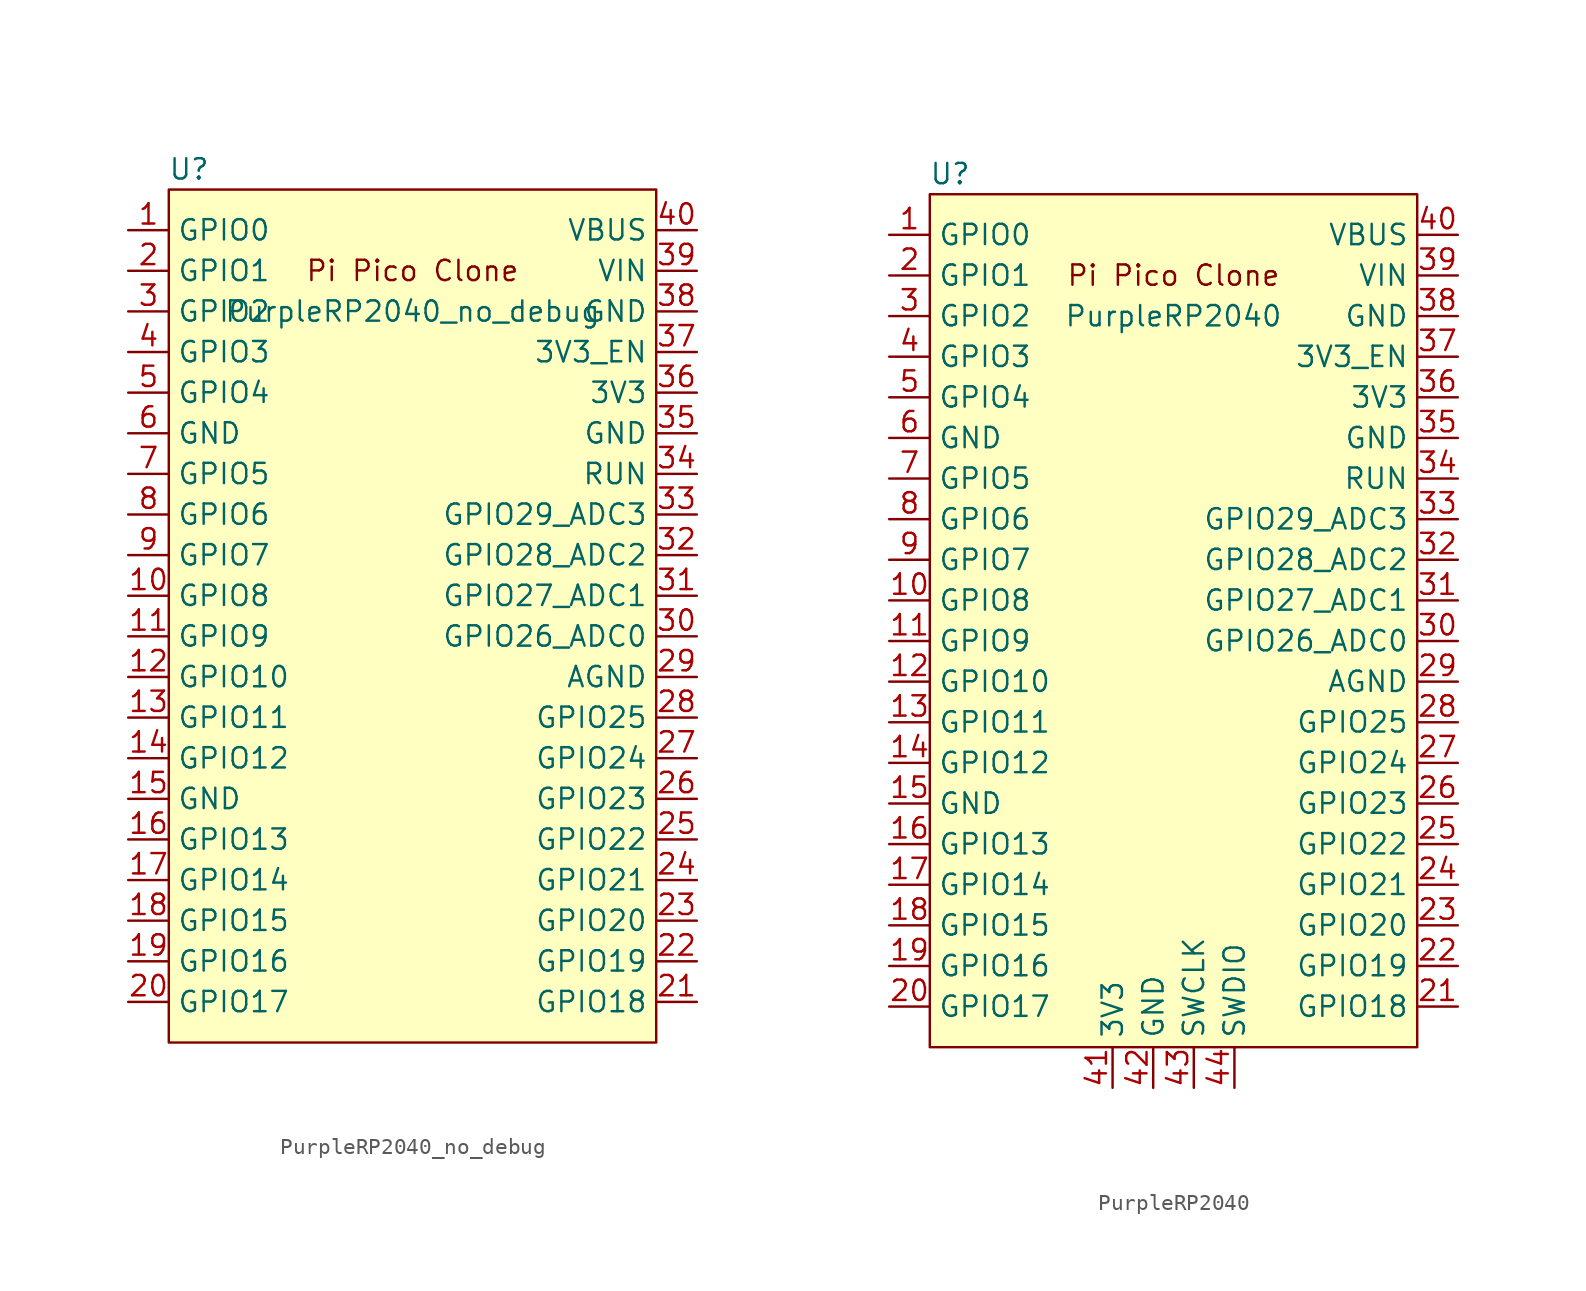
<source format=kicad_sym>
(kicad_symbol_lib
  (version 20220914)
  (generator kicad_symbol_editor)
  (symbol "PurpleRP2040_no_debug"
    (property "Reference" "U"
      (at -13.97 27.94 0)
      (effects (font (size 1.27 1.27))))
    (property "Value" "PurpleRP2040_no_debug"
      (at 0 19.05 0)
      (effects (font (size 1.27 1.27))))
    (symbol "PurpleRP2040_no_debug_0_1"
      (rectangle (start -15.24 26.67) (end 15.24 -26.67) (stroke (width 0) (type default)) (fill (type background))))
    (symbol "PurpleRP2040_no_debug_1_0"
      (text "Pi Pico Clone" (at 0 21.59 0) (effects (font (size 1.27 1.27)))))
    (symbol "PurpleRP2040_no_debug_1_1"
      (pin bidirectional line (at -17.78 24.13 0) (length 2.54) (name "GPIO0" (effects (font (size 1.27 1.27)))) (number "1" (effects (font (size 1.27 1.27)))))
      (pin bidirectional line (at -17.78 1.27 0) (length 2.54) (name "GPIO8" (effects (font (size 1.27 1.27)))) (number "10" (effects (font (size 1.27 1.27)))))
      (pin bidirectional line (at -17.78 -1.27 0) (length 2.54) (name "GPIO9" (effects (font (size 1.27 1.27)))) (number "11" (effects (font (size 1.27 1.27)))))
      (pin bidirectional line (at -17.78 -3.81 0) (length 2.54) (name "GPIO10" (effects (font (size 1.27 1.27)))) (number "12" (effects (font (size 1.27 1.27)))))
      (pin bidirectional line (at -17.78 -6.35 0) (length 2.54) (name "GPIO11" (effects (font (size 1.27 1.27)))) (number "13" (effects (font (size 1.27 1.27)))))
      (pin bidirectional line (at -17.78 -8.89 0) (length 2.54) (name "GPIO12" (effects (font (size 1.27 1.27)))) (number "14" (effects (font (size 1.27 1.27)))))
      (pin power_in line (at -17.78 -11.43 0) (length 2.54) (name "GND" (effects (font (size 1.27 1.27)))) (number "15" (effects (font (size 1.27 1.27)))))
      (pin bidirectional line (at -17.78 -13.97 0) (length 2.54) (name "GPIO13" (effects (font (size 1.27 1.27)))) (number "16" (effects (font (size 1.27 1.27)))))
      (pin bidirectional line (at -17.78 -16.51 0) (length 2.54) (name "GPIO14" (effects (font (size 1.27 1.27)))) (number "17" (effects (font (size 1.27 1.27)))))
      (pin bidirectional line (at -17.78 -19.05 0) (length 2.54) (name "GPIO15" (effects (font (size 1.27 1.27)))) (number "18" (effects (font (size 1.27 1.27)))))
      (pin bidirectional line (at -17.78 -21.59 0) (length 2.54) (name "GPIO16" (effects (font (size 1.27 1.27)))) (number "19" (effects (font (size 1.27 1.27)))))
      (pin bidirectional line (at -17.78 21.59 0) (length 2.54) (name "GPIO1" (effects (font (size 1.27 1.27)))) (number "2" (effects (font (size 1.27 1.27)))))
      (pin bidirectional line (at -17.78 -24.13 0) (length 2.54) (name "GPIO17" (effects (font (size 1.27 1.27)))) (number "20" (effects (font (size 1.27 1.27)))))
      (pin bidirectional line (at 17.78 -24.13 180) (length 2.54) (name "GPIO18" (effects (font (size 1.27 1.27)))) (number "21" (effects (font (size 1.27 1.27)))))
      (pin bidirectional line (at 17.78 -21.59 180) (length 2.54) (name "GPIO19" (effects (font (size 1.27 1.27)))) (number "22" (effects (font (size 1.27 1.27)))))
      (pin bidirectional line (at 17.78 -19.05 180) (length 2.54) (name "GPIO20" (effects (font (size 1.27 1.27)))) (number "23" (effects (font (size 1.27 1.27)))))
      (pin bidirectional line (at 17.78 -16.51 180) (length 2.54) (name "GPIO21" (effects (font (size 1.27 1.27)))) (number "24" (effects (font (size 1.27 1.27)))))
      (pin bidirectional line (at 17.78 -13.97 180) (length 2.54) (name "GPIO22" (effects (font (size 1.27 1.27)))) (number "25" (effects (font (size 1.27 1.27)))))
      (pin bidirectional line (at 17.78 -11.43 180) (length 2.54) (name "GPIO23" (effects (font (size 1.27 1.27)))) (number "26" (effects (font (size 1.27 1.27)))))
      (pin bidirectional line (at 17.78 -8.89 180) (length 2.54) (name "GPIO24" (effects (font (size 1.27 1.27)))) (number "27" (effects (font (size 1.27 1.27)))))
      (pin bidirectional line (at 17.78 -6.35 180) (length 2.54) (name "GPIO25" (effects (font (size 1.27 1.27)))) (number "28" (effects (font (size 1.27 1.27)))))
      (pin power_in line (at 17.78 -3.81 180) (length 2.54) (name "AGND" (effects (font (size 1.27 1.27)))) (number "29" (effects (font (size 1.27 1.27)))))
      (pin bidirectional line (at -17.78 19.05 0) (length 2.54) (name "GPIO2" (effects (font (size 1.27 1.27)))) (number "3" (effects (font (size 1.27 1.27)))))
      (pin bidirectional line (at 17.78 -1.27 180) (length 2.54) (name "GPIO26_ADC0" (effects (font (size 1.27 1.27)))) (number "30" (effects (font (size 1.27 1.27)))))
      (pin bidirectional line (at 17.78 1.27 180) (length 2.54) (name "GPIO27_ADC1" (effects (font (size 1.27 1.27)))) (number "31" (effects (font (size 1.27 1.27)))))
      (pin bidirectional line (at 17.78 3.81 180) (length 2.54) (name "GPIO28_ADC2" (effects (font (size 1.27 1.27)))) (number "32" (effects (font (size 1.27 1.27)))))
      (pin bidirectional line (at 17.78 6.35 180) (length 2.54) (name "GPIO29_ADC3" (effects (font (size 1.27 1.27)))) (number "33" (effects (font (size 1.27 1.27)))))
      (pin input line (at 17.78 8.89 180) (length 2.54) (name "RUN" (effects (font (size 1.27 1.27)))) (number "34" (effects (font (size 1.27 1.27)))))
      (pin power_in line (at 17.78 11.43 180) (length 2.54) (name "GND" (effects (font (size 1.27 1.27)))) (number "35" (effects (font (size 1.27 1.27)))))
      (pin power_in line (at 17.78 13.97 180) (length 2.54) (name "3V3" (effects (font (size 1.27 1.27)))) (number "36" (effects (font (size 1.27 1.27)))))
      (pin input line (at 17.78 16.51 180) (length 2.54) (name "3V3_EN" (effects (font (size 1.27 1.27)))) (number "37" (effects (font (size 1.27 1.27)))))
      (pin power_in line (at 17.78 19.05 180) (length 2.54) (name "GND" (effects (font (size 1.27 1.27)))) (number "38" (effects (font (size 1.27 1.27)))))
      (pin power_in line (at 17.78 21.59 180) (length 2.54) (name "VIN" (effects (font (size 1.27 1.27)))) (number "39" (effects (font (size 1.27 1.27)))))
      (pin bidirectional line (at -17.78 16.51 0) (length 2.54) (name "GPIO3" (effects (font (size 1.27 1.27)))) (number "4" (effects (font (size 1.27 1.27)))))
      (pin power_in line (at 17.78 24.13 180) (length 2.54) (name "VBUS" (effects (font (size 1.27 1.27)))) (number "40" (effects (font (size 1.27 1.27)))))
      (pin bidirectional line (at -17.78 13.97 0) (length 2.54) (name "GPIO4" (effects (font (size 1.27 1.27)))) (number "5" (effects (font (size 1.27 1.27)))))
      (pin power_in line (at -17.78 11.43 0) (length 2.54) (name "GND" (effects (font (size 1.27 1.27)))) (number "6" (effects (font (size 1.27 1.27)))))
      (pin bidirectional line (at -17.78 8.89 0) (length 2.54) (name "GPIO5" (effects (font (size 1.27 1.27)))) (number "7" (effects (font (size 1.27 1.27)))))
      (pin bidirectional line (at -17.78 6.35 0) (length 2.54) (name "GPIO6" (effects (font (size 1.27 1.27)))) (number "8" (effects (font (size 1.27 1.27)))))
      (pin bidirectional line (at -17.78 3.81 0) (length 2.54) (name "GPIO7" (effects (font (size 1.27 1.27)))) (number "9" (effects (font (size 1.27 1.27)))))))
  (symbol "PurpleRP2040"
    (property "Reference" "U"
      (at -13.97 27.94 0)
      (effects (font (size 1.27 1.27))))
    (property "Value" "PurpleRP2040"
      (at 0 19.05 0)
      (effects (font (size 1.27 1.27))))
    (symbol "PurpleRP2040_0_1"
      (rectangle (start -15.24 26.67) (end 15.24 -26.67) (stroke (width 0) (type default)) (fill (type background))))
    (symbol "PurpleRP2040_1_0"
      (text "Pi Pico Clone" (at 0 21.59 0) (effects (font (size 1.27 1.27)))))
    (symbol "PurpleRP2040_1_1"
      (pin bidirectional line (at -17.78 24.13 0) (length 2.54) (name "GPIO0" (effects (font (size 1.27 1.27)))) (number "1" (effects (font (size 1.27 1.27)))))
      (pin bidirectional line (at -17.78 1.27 0) (length 2.54) (name "GPIO8" (effects (font (size 1.27 1.27)))) (number "10" (effects (font (size 1.27 1.27)))))
      (pin bidirectional line (at -17.78 -1.27 0) (length 2.54) (name "GPIO9" (effects (font (size 1.27 1.27)))) (number "11" (effects (font (size 1.27 1.27)))))
      (pin bidirectional line (at -17.78 -3.81 0) (length 2.54) (name "GPIO10" (effects (font (size 1.27 1.27)))) (number "12" (effects (font (size 1.27 1.27)))))
      (pin bidirectional line (at -17.78 -6.35 0) (length 2.54) (name "GPIO11" (effects (font (size 1.27 1.27)))) (number "13" (effects (font (size 1.27 1.27)))))
      (pin bidirectional line (at -17.78 -8.89 0) (length 2.54) (name "GPIO12" (effects (font (size 1.27 1.27)))) (number "14" (effects (font (size 1.27 1.27)))))
      (pin power_in line (at -17.78 -11.43 0) (length 2.54) (name "GND" (effects (font (size 1.27 1.27)))) (number "15" (effects (font (size 1.27 1.27)))))
      (pin bidirectional line (at -17.78 -13.97 0) (length 2.54) (name "GPIO13" (effects (font (size 1.27 1.27)))) (number "16" (effects (font (size 1.27 1.27)))))
      (pin bidirectional line (at -17.78 -16.51 0) (length 2.54) (name "GPIO14" (effects (font (size 1.27 1.27)))) (number "17" (effects (font (size 1.27 1.27)))))
      (pin bidirectional line (at -17.78 -19.05 0) (length 2.54) (name "GPIO15" (effects (font (size 1.27 1.27)))) (number "18" (effects (font (size 1.27 1.27)))))
      (pin bidirectional line (at -17.78 -21.59 0) (length 2.54) (name "GPIO16" (effects (font (size 1.27 1.27)))) (number "19" (effects (font (size 1.27 1.27)))))
      (pin bidirectional line (at -17.78 21.59 0) (length 2.54) (name "GPIO1" (effects (font (size 1.27 1.27)))) (number "2" (effects (font (size 1.27 1.27)))))
      (pin bidirectional line (at -17.78 -24.13 0) (length 2.54) (name "GPIO17" (effects (font (size 1.27 1.27)))) (number "20" (effects (font (size 1.27 1.27)))))
      (pin bidirectional line (at 17.78 -24.13 180) (length 2.54) (name "GPIO18" (effects (font (size 1.27 1.27)))) (number "21" (effects (font (size 1.27 1.27)))))
      (pin bidirectional line (at 17.78 -21.59 180) (length 2.54) (name "GPIO19" (effects (font (size 1.27 1.27)))) (number "22" (effects (font (size 1.27 1.27)))))
      (pin bidirectional line (at 17.78 -19.05 180) (length 2.54) (name "GPIO20" (effects (font (size 1.27 1.27)))) (number "23" (effects (font (size 1.27 1.27)))))
      (pin bidirectional line (at 17.78 -16.51 180) (length 2.54) (name "GPIO21" (effects (font (size 1.27 1.27)))) (number "24" (effects (font (size 1.27 1.27)))))
      (pin bidirectional line (at 17.78 -13.97 180) (length 2.54) (name "GPIO22" (effects (font (size 1.27 1.27)))) (number "25" (effects (font (size 1.27 1.27)))))
      (pin bidirectional line (at 17.78 -11.43 180) (length 2.54) (name "GPIO23" (effects (font (size 1.27 1.27)))) (number "26" (effects (font (size 1.27 1.27)))))
      (pin bidirectional line (at 17.78 -8.89 180) (length 2.54) (name "GPIO24" (effects (font (size 1.27 1.27)))) (number "27" (effects (font (size 1.27 1.27)))))
      (pin bidirectional line (at 17.78 -6.35 180) (length 2.54) (name "GPIO25" (effects (font (size 1.27 1.27)))) (number "28" (effects (font (size 1.27 1.27)))))
      (pin power_in line (at 17.78 -3.81 180) (length 2.54) (name "AGND" (effects (font (size 1.27 1.27)))) (number "29" (effects (font (size 1.27 1.27)))))
      (pin bidirectional line (at -17.78 19.05 0) (length 2.54) (name "GPIO2" (effects (font (size 1.27 1.27)))) (number "3" (effects (font (size 1.27 1.27)))))
      (pin bidirectional line (at 17.78 -1.27 180) (length 2.54) (name "GPIO26_ADC0" (effects (font (size 1.27 1.27)))) (number "30" (effects (font (size 1.27 1.27)))))
      (pin bidirectional line (at 17.78 1.27 180) (length 2.54) (name "GPIO27_ADC1" (effects (font (size 1.27 1.27)))) (number "31" (effects (font (size 1.27 1.27)))))
      (pin bidirectional line (at 17.78 3.81 180) (length 2.54) (name "GPIO28_ADC2" (effects (font (size 1.27 1.27)))) (number "32" (effects (font (size 1.27 1.27)))))
      (pin bidirectional line (at 17.78 6.35 180) (length 2.54) (name "GPIO29_ADC3" (effects (font (size 1.27 1.27)))) (number "33" (effects (font (size 1.27 1.27)))))
      (pin input line (at 17.78 8.89 180) (length 2.54) (name "RUN" (effects (font (size 1.27 1.27)))) (number "34" (effects (font (size 1.27 1.27)))))
      (pin power_in line (at 17.78 11.43 180) (length 2.54) (name "GND" (effects (font (size 1.27 1.27)))) (number "35" (effects (font (size 1.27 1.27)))))
      (pin power_in line (at 17.78 13.97 180) (length 2.54) (name "3V3" (effects (font (size 1.27 1.27)))) (number "36" (effects (font (size 1.27 1.27)))))
      (pin input line (at 17.78 16.51 180) (length 2.54) (name "3V3_EN" (effects (font (size 1.27 1.27)))) (number "37" (effects (font (size 1.27 1.27)))))
      (pin power_in line (at 17.78 19.05 180) (length 2.54) (name "GND" (effects (font (size 1.27 1.27)))) (number "38" (effects (font (size 1.27 1.27)))))
      (pin power_in line (at 17.78 21.59 180) (length 2.54) (name "VIN" (effects (font (size 1.27 1.27)))) (number "39" (effects (font (size 1.27 1.27)))))
      (pin bidirectional line (at -17.78 16.51 0) (length 2.54) (name "GPIO3" (effects (font (size 1.27 1.27)))) (number "4" (effects (font (size 1.27 1.27)))))
      (pin power_in line (at 17.78 24.13 180) (length 2.54) (name "VBUS" (effects (font (size 1.27 1.27)))) (number "40" (effects (font (size 1.27 1.27)))))
      (pin power_in line (at -3.81 -29.21 90) (length 2.54) (name "3V3" (effects (font (size 1.27 1.27)))) (number "41" (effects (font (size 1.27 1.27)))))
      (pin power_in line (at -1.27 -29.21 90) (length 2.54) (name "GND" (effects (font (size 1.27 1.27)))) (number "42" (effects (font (size 1.27 1.27)))))
      (pin input line (at 1.27 -29.21 90) (length 2.54) (name "SWCLK" (effects (font (size 1.27 1.27)))) (number "43" (effects (font (size 1.27 1.27)))))
      (pin bidirectional line (at 3.81 -29.21 90) (length 2.54) (name "SWDIO" (effects (font (size 1.27 1.27)))) (number "44" (effects (font (size 1.27 1.27)))))
      (pin bidirectional line (at -17.78 13.97 0) (length 2.54) (name "GPIO4" (effects (font (size 1.27 1.27)))) (number "5" (effects (font (size 1.27 1.27)))))
      (pin power_in line (at -17.78 11.43 0) (length 2.54) (name "GND" (effects (font (size 1.27 1.27)))) (number "6" (effects (font (size 1.27 1.27)))))
      (pin bidirectional line (at -17.78 8.89 0) (length 2.54) (name "GPIO5" (effects (font (size 1.27 1.27)))) (number "7" (effects (font (size 1.27 1.27)))))
      (pin bidirectional line (at -17.78 6.35 0) (length 2.54) (name "GPIO6" (effects (font (size 1.27 1.27)))) (number "8" (effects (font (size 1.27 1.27)))))
      (pin bidirectional line (at -17.78 3.81 0) (length 2.54) (name "GPIO7" (effects (font (size 1.27 1.27)))) (number "9" (effects (font (size 1.27 1.27))))))))
</source>
